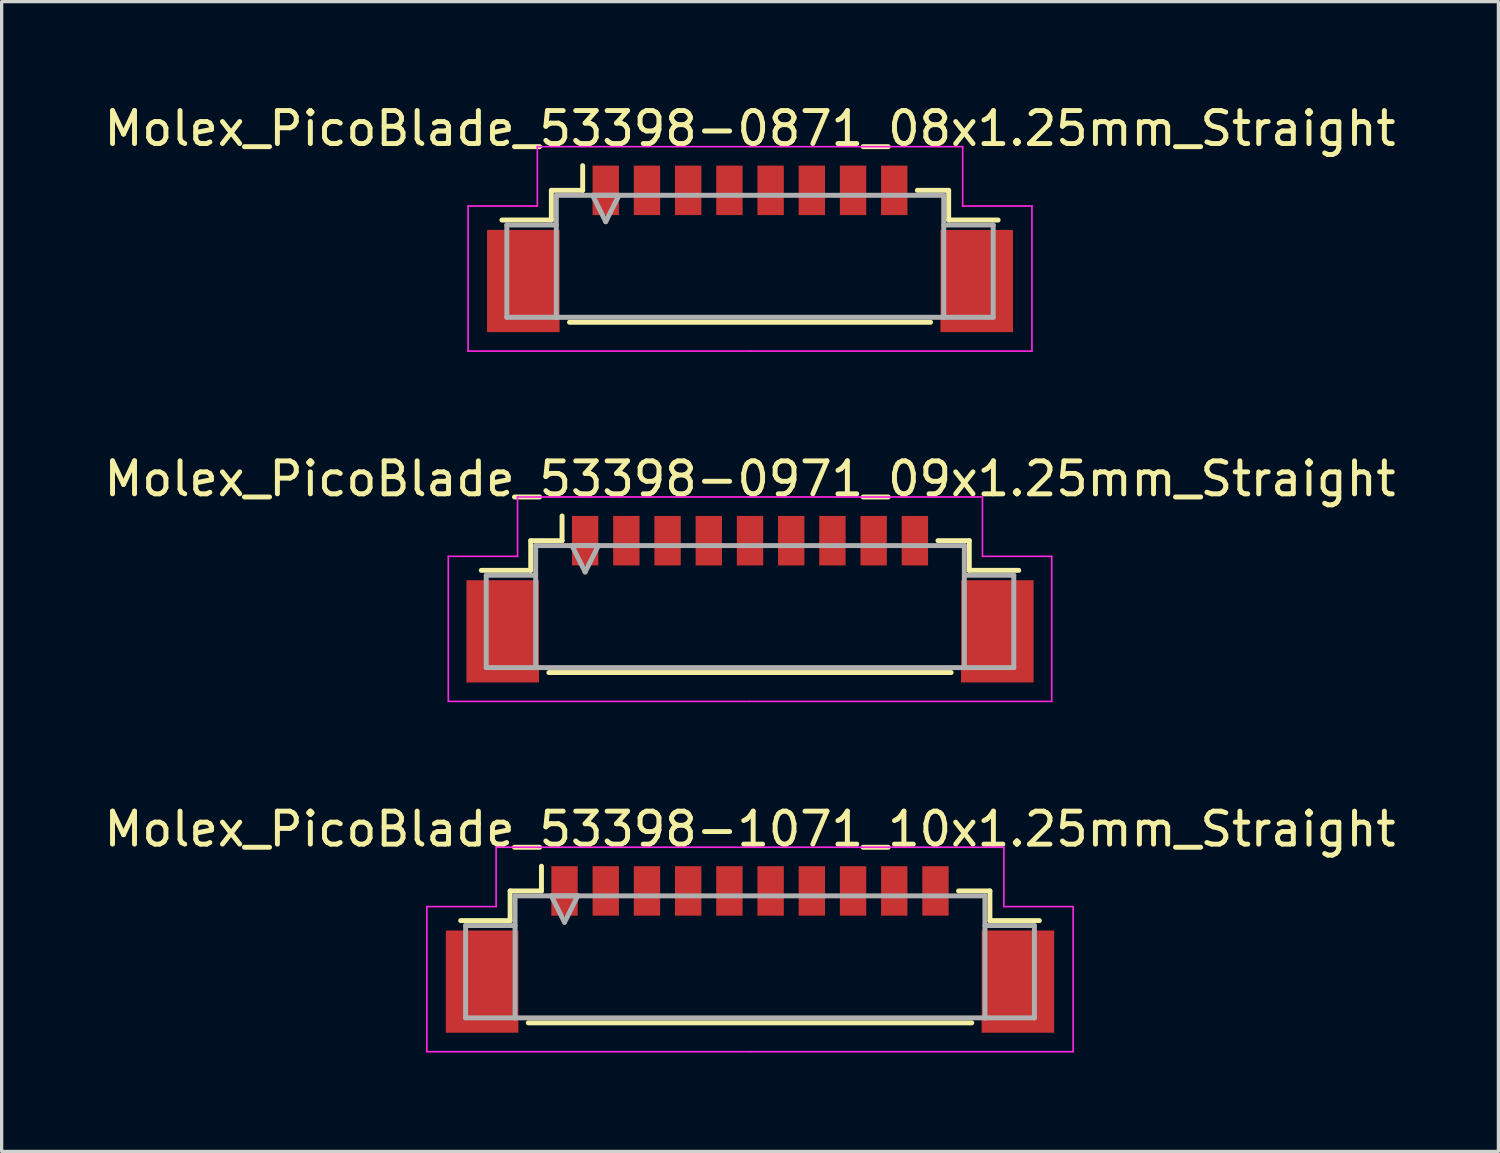
<source format=kicad_pcb>
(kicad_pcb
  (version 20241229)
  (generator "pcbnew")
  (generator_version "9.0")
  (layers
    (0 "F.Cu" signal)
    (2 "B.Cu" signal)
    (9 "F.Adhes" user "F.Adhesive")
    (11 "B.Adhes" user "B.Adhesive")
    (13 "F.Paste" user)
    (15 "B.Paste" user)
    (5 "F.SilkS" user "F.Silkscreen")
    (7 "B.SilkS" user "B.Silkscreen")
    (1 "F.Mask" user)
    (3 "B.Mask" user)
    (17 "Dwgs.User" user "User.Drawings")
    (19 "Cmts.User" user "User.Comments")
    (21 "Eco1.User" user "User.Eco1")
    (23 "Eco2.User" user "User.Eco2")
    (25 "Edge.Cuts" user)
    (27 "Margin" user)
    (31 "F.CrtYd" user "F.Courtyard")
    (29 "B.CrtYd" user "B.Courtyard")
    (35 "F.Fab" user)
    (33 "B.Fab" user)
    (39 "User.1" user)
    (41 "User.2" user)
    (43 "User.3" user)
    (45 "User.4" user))
  (footprint "Molex_PicoBlade_53398-0871_08x1.25mm_Straight"
    (layer "F.Cu")
    (at 19.696 4.098)
    (property "Reference" "Molex_PicoBlade_53398-0871_08x1.25mm_Straight" (at 0 -3.25 0) (layer "F.SilkS") (effects (font (size 1 1) (thickness 0.15))))
    (attr smd)
    (fp_line (start -6.025 -1.375) (end -6.025 -0.475) (stroke (width 0.15) (type solid)) (layer "F.SilkS"))
    (fp_line (start -6.025 -0.475) (end -7.525 -0.475) (stroke (width 0.15) (type solid)) (layer "F.SilkS"))
    (fp_line (start -5.475 2.625) (end 5.475 2.625) (stroke (width 0.15) (type solid)) (layer "F.SilkS"))
    (fp_line (start -5.075 -1.375) (end -6.025 -1.375) (stroke (width 0.15) (type solid)) (layer "F.SilkS"))
    (fp_line (start -5.075 -1.375) (end -5.075 -2.125) (stroke (width 0.15) (type solid)) (layer "F.SilkS"))
    (fp_line (start 5.075 -1.375) (end 6.025 -1.375) (stroke (width 0.15) (type solid)) (layer "F.SilkS"))
    (fp_line (start 6.025 -1.375) (end 6.025 -0.475) (stroke (width 0.15) (type solid)) (layer "F.SilkS"))
    (fp_line (start 6.025 -0.475) (end 7.525 -0.475) (stroke (width 0.15) (type solid)) (layer "F.SilkS"))
    (fp_line (start -8.55 -0.9) (end -8.55 3.5) (stroke (width 0.05) (type solid)) (layer "F.CrtYd"))
    (fp_line (start -8.55 3.5) (end 0 3.5) (stroke (width 0.05) (type solid)) (layer "F.CrtYd"))
    (fp_line (start -6.45 -2.7) (end -6.45 -0.9) (stroke (width 0.05) (type solid)) (layer "F.CrtYd"))
    (fp_line (start -6.45 -0.9) (end -8.55 -0.9) (stroke (width 0.05) (type solid)) (layer "F.CrtYd"))
    (fp_line (start 0 -2.7) (end -6.45 -2.7) (stroke (width 0.05) (type solid)) (layer "F.CrtYd"))
    (fp_line (start 0 -2.7) (end 6.45 -2.7) (stroke (width 0.05) (type solid)) (layer "F.CrtYd"))
    (fp_line (start 6.45 -2.7) (end 6.45 -0.9) (stroke (width 0.05) (type solid)) (layer "F.CrtYd"))
    (fp_line (start 6.45 -0.9) (end 8.55 -0.9) (stroke (width 0.05) (type solid)) (layer "F.CrtYd"))
    (fp_line (start 8.55 -0.9) (end 8.55 3.5) (stroke (width 0.05) (type solid)) (layer "F.CrtYd"))
    (fp_line (start 8.55 3.5) (end 0 3.5) (stroke (width 0.05) (type solid)) (layer "F.CrtYd"))
    (fp_line (start -7.375 -0.325) (end -5.875 -0.325) (stroke (width 0.15) (type solid)) (layer "F.Fab"))
    (fp_line (start -7.375 2.475) (end -7.375 -0.325) (stroke (width 0.15) (type solid)) (layer "F.Fab"))
    (fp_line (start -5.875 -1.225) (end -5.875 2.475) (stroke (width 0.15) (type solid)) (layer "F.Fab"))
    (fp_line (start -5.875 2.475) (end -7.375 2.475) (stroke (width 0.15) (type solid)) (layer "F.Fab"))
    (fp_line (start -5.875 2.475) (end 5.875 2.475) (stroke (width 0.15) (type solid)) (layer "F.Fab"))
    (fp_line (start -4.775 -1.225) (end -4.375 -0.425) (stroke (width 0.15) (type solid)) (layer "F.Fab"))
    (fp_line (start -4.375 -0.425) (end -3.975 -1.225) (stroke (width 0.15) (type solid)) (layer "F.Fab"))
    (fp_line (start -3.975 -1.225) (end -4.775 -1.225) (stroke (width 0.15) (type solid)) (layer "F.Fab"))
    (fp_line (start 5.875 -1.225) (end -5.875 -1.225) (stroke (width 0.15) (type solid)) (layer "F.Fab"))
    (fp_line (start 5.875 2.475) (end 5.875 -1.225) (stroke (width 0.15) (type solid)) (layer "F.Fab"))
    (fp_line (start 5.875 2.475) (end 7.375 2.475) (stroke (width 0.15) (type solid)) (layer "F.Fab"))
    (fp_line (start 7.375 -0.325) (end 5.875 -0.325) (stroke (width 0.15) (type solid)) (layer "F.Fab"))
    (fp_line (start 7.375 2.475) (end 7.375 -0.325) (stroke (width 0.15) (type solid)) (layer "F.Fab"))
    (pad "" smd rect (at -6.875 1.375) (size 2.2 3.1) (layers "F.Cu" "F.Mask" "F.Paste"))
    (pad "" smd rect (at 6.875 1.375) (size 2.2 3.1) (layers "F.Cu" "F.Mask" "F.Paste"))
    (pad "1" smd rect (at -4.375 -1.375) (size 0.8 1.5) (layers "F.Cu" "F.Mask" "F.Paste"))
    (pad "2" smd rect (at -3.125 -1.375) (size 0.8 1.5) (layers "F.Cu" "F.Mask" "F.Paste"))
    (pad "3" smd rect (at -1.875 -1.375) (size 0.8 1.5) (layers "F.Cu" "F.Mask" "F.Paste"))
    (pad "4" smd rect (at -0.625 -1.375) (size 0.8 1.5) (layers "F.Cu" "F.Mask" "F.Paste"))
    (pad "5" smd rect (at 0.625 -1.375) (size 0.8 1.5) (layers "F.Cu" "F.Mask" "F.Paste"))
    (pad "6" smd rect (at 1.875 -1.375) (size 0.8 1.5) (layers "F.Cu" "F.Mask" "F.Paste"))
    (pad "7" smd rect (at 3.125 -1.375) (size 0.8 1.5) (layers "F.Cu" "F.Mask" "F.Paste"))
    (pad "8" smd rect (at 4.375 -1.375) (size 0.8 1.5) (layers "F.Cu" "F.Mask" "F.Paste")))
  (footprint "Molex_PicoBlade_53398-0971_09x1.25mm_Straight"
    (layer "F.Cu")
    (at 19.696 14.722)
    (property "Reference" "Molex_PicoBlade_53398-0971_09x1.25mm_Straight" (at 0 -3.25 0) (layer "F.SilkS") (effects (font (size 1 1) (thickness 0.15))))
    (attr smd)
    (fp_line (start -6.65 -1.375) (end -6.65 -0.475) (stroke (width 0.15) (type solid)) (layer "F.SilkS"))
    (fp_line (start -6.65 -0.475) (end -8.15 -0.475) (stroke (width 0.15) (type solid)) (layer "F.SilkS"))
    (fp_line (start -6.1 2.625) (end 6.1 2.625) (stroke (width 0.15) (type solid)) (layer "F.SilkS"))
    (fp_line (start -5.7 -1.375) (end -6.65 -1.375) (stroke (width 0.15) (type solid)) (layer "F.SilkS"))
    (fp_line (start -5.7 -1.375) (end -5.7 -2.125) (stroke (width 0.15) (type solid)) (layer "F.SilkS"))
    (fp_line (start 5.7 -1.375) (end 6.65 -1.375) (stroke (width 0.15) (type solid)) (layer "F.SilkS"))
    (fp_line (start 6.65 -1.375) (end 6.65 -0.475) (stroke (width 0.15) (type solid)) (layer "F.SilkS"))
    (fp_line (start 6.65 -0.475) (end 8.15 -0.475) (stroke (width 0.15) (type solid)) (layer "F.SilkS"))
    (fp_line (start -9.15 -0.9) (end -9.15 3.5) (stroke (width 0.05) (type solid)) (layer "F.CrtYd"))
    (fp_line (start -9.15 3.5) (end 0 3.5) (stroke (width 0.05) (type solid)) (layer "F.CrtYd"))
    (fp_line (start -7.05 -2.7) (end -7.05 -0.9) (stroke (width 0.05) (type solid)) (layer "F.CrtYd"))
    (fp_line (start -7.05 -0.9) (end -9.15 -0.9) (stroke (width 0.05) (type solid)) (layer "F.CrtYd"))
    (fp_line (start 0 -2.7) (end -7.05 -2.7) (stroke (width 0.05) (type solid)) (layer "F.CrtYd"))
    (fp_line (start 0 -2.7) (end 7.05 -2.7) (stroke (width 0.05) (type solid)) (layer "F.CrtYd"))
    (fp_line (start 7.05 -2.7) (end 7.05 -0.9) (stroke (width 0.05) (type solid)) (layer "F.CrtYd"))
    (fp_line (start 7.05 -0.9) (end 9.15 -0.9) (stroke (width 0.05) (type solid)) (layer "F.CrtYd"))
    (fp_line (start 9.15 -0.9) (end 9.15 3.5) (stroke (width 0.05) (type solid)) (layer "F.CrtYd"))
    (fp_line (start 9.15 3.5) (end 0 3.5) (stroke (width 0.05) (type solid)) (layer "F.CrtYd"))
    (fp_line (start -8 -0.325) (end -6.5 -0.325) (stroke (width 0.15) (type solid)) (layer "F.Fab"))
    (fp_line (start -8 2.475) (end -8 -0.325) (stroke (width 0.15) (type solid)) (layer "F.Fab"))
    (fp_line (start -6.5 -1.225) (end -6.5 2.475) (stroke (width 0.15) (type solid)) (layer "F.Fab"))
    (fp_line (start -6.5 2.475) (end -8 2.475) (stroke (width 0.15) (type solid)) (layer "F.Fab"))
    (fp_line (start -6.5 2.475) (end 6.5 2.475) (stroke (width 0.15) (type solid)) (layer "F.Fab"))
    (fp_line (start -5.4 -1.225) (end -5 -0.425) (stroke (width 0.15) (type solid)) (layer "F.Fab"))
    (fp_line (start -5 -0.425) (end -4.6 -1.225) (stroke (width 0.15) (type solid)) (layer "F.Fab"))
    (fp_line (start -4.6 -1.225) (end -5.4 -1.225) (stroke (width 0.15) (type solid)) (layer "F.Fab"))
    (fp_line (start 6.5 -1.225) (end -6.5 -1.225) (stroke (width 0.15) (type solid)) (layer "F.Fab"))
    (fp_line (start 6.5 2.475) (end 6.5 -1.225) (stroke (width 0.15) (type solid)) (layer "F.Fab"))
    (fp_line (start 6.5 2.475) (end 8 2.475) (stroke (width 0.15) (type solid)) (layer "F.Fab"))
    (fp_line (start 8 -0.325) (end 6.5 -0.325) (stroke (width 0.15) (type solid)) (layer "F.Fab"))
    (fp_line (start 8 2.475) (end 8 -0.325) (stroke (width 0.15) (type solid)) (layer "F.Fab"))
    (pad "" smd rect (at -7.5 1.375) (size 2.2 3.1) (layers "F.Cu" "F.Mask" "F.Paste"))
    (pad "" smd rect (at 7.5 1.375) (size 2.2 3.1) (layers "F.Cu" "F.Mask" "F.Paste"))
    (pad "1" smd rect (at -5 -1.375) (size 0.8 1.5) (layers "F.Cu" "F.Mask" "F.Paste"))
    (pad "2" smd rect (at -3.75 -1.375) (size 0.8 1.5) (layers "F.Cu" "F.Mask" "F.Paste"))
    (pad "3" smd rect (at -2.5 -1.375) (size 0.8 1.5) (layers "F.Cu" "F.Mask" "F.Paste"))
    (pad "4" smd rect (at -1.25 -1.375) (size 0.8 1.5) (layers "F.Cu" "F.Mask" "F.Paste"))
    (pad "5" smd rect (at 0 -1.375) (size 0.8 1.5) (layers "F.Cu" "F.Mask" "F.Paste"))
    (pad "6" smd rect (at 1.25 -1.375) (size 0.8 1.5) (layers "F.Cu" "F.Mask" "F.Paste"))
    (pad "7" smd rect (at 2.5 -1.375) (size 0.8 1.5) (layers "F.Cu" "F.Mask" "F.Paste"))
    (pad "8" smd rect (at 3.75 -1.375) (size 0.8 1.5) (layers "F.Cu" "F.Mask" "F.Paste"))
    (pad "9" smd rect (at 5 -1.375) (size 0.8 1.5) (layers "F.Cu" "F.Mask" "F.Paste")))
  (footprint "Molex_PicoBlade_53398-1071_10x1.25mm_Straight"
    (layer "F.Cu")
    (at 19.696 25.345)
    (property "Reference" "Molex_PicoBlade_53398-1071_10x1.25mm_Straight" (at 0 -3.25 0) (layer "F.SilkS") (effects (font (size 1 1) (thickness 0.15))))
    (attr smd)
    (fp_line (start -7.275 -1.375) (end -7.275 -0.475) (stroke (width 0.15) (type solid)) (layer "F.SilkS"))
    (fp_line (start -7.275 -0.475) (end -8.775 -0.475) (stroke (width 0.15) (type solid)) (layer "F.SilkS"))
    (fp_line (start -6.725 2.625) (end 6.725 2.625) (stroke (width 0.15) (type solid)) (layer "F.SilkS"))
    (fp_line (start -6.325 -1.375) (end -7.275 -1.375) (stroke (width 0.15) (type solid)) (layer "F.SilkS"))
    (fp_line (start -6.325 -1.375) (end -6.325 -2.125) (stroke (width 0.15) (type solid)) (layer "F.SilkS"))
    (fp_line (start 6.325 -1.375) (end 7.275 -1.375) (stroke (width 0.15) (type solid)) (layer "F.SilkS"))
    (fp_line (start 7.275 -1.375) (end 7.275 -0.475) (stroke (width 0.15) (type solid)) (layer "F.SilkS"))
    (fp_line (start 7.275 -0.475) (end 8.775 -0.475) (stroke (width 0.15) (type solid)) (layer "F.SilkS"))
    (fp_line (start -9.8 -0.9) (end -9.8 3.5) (stroke (width 0.05) (type solid)) (layer "F.CrtYd"))
    (fp_line (start -9.8 3.5) (end 0 3.5) (stroke (width 0.05) (type solid)) (layer "F.CrtYd"))
    (fp_line (start -7.7 -2.7) (end -7.7 -0.9) (stroke (width 0.05) (type solid)) (layer "F.CrtYd"))
    (fp_line (start -7.7 -0.9) (end -9.8 -0.9) (stroke (width 0.05) (type solid)) (layer "F.CrtYd"))
    (fp_line (start 0 -2.7) (end -7.7 -2.7) (stroke (width 0.05) (type solid)) (layer "F.CrtYd"))
    (fp_line (start 0 -2.7) (end 7.7 -2.7) (stroke (width 0.05) (type solid)) (layer "F.CrtYd"))
    (fp_line (start 7.7 -2.7) (end 7.7 -0.9) (stroke (width 0.05) (type solid)) (layer "F.CrtYd"))
    (fp_line (start 7.7 -0.9) (end 9.8 -0.9) (stroke (width 0.05) (type solid)) (layer "F.CrtYd"))
    (fp_line (start 9.8 -0.9) (end 9.8 3.5) (stroke (width 0.05) (type solid)) (layer "F.CrtYd"))
    (fp_line (start 9.8 3.5) (end 0 3.5) (stroke (width 0.05) (type solid)) (layer "F.CrtYd"))
    (fp_line (start -8.625 -0.325) (end -7.125 -0.325) (stroke (width 0.15) (type solid)) (layer "F.Fab"))
    (fp_line (start -8.625 2.475) (end -8.625 -0.325) (stroke (width 0.15) (type solid)) (layer "F.Fab"))
    (fp_line (start -7.125 -1.225) (end -7.125 2.475) (stroke (width 0.15) (type solid)) (layer "F.Fab"))
    (fp_line (start -7.125 2.475) (end -8.625 2.475) (stroke (width 0.15) (type solid)) (layer "F.Fab"))
    (fp_line (start -7.125 2.475) (end 7.125 2.475) (stroke (width 0.15) (type solid)) (layer "F.Fab"))
    (fp_line (start -6.025 -1.225) (end -5.625 -0.425) (stroke (width 0.15) (type solid)) (layer "F.Fab"))
    (fp_line (start -5.625 -0.425) (end -5.225 -1.225) (stroke (width 0.15) (type solid)) (layer "F.Fab"))
    (fp_line (start -5.225 -1.225) (end -6.025 -1.225) (stroke (width 0.15) (type solid)) (layer "F.Fab"))
    (fp_line (start 7.125 -1.225) (end -7.125 -1.225) (stroke (width 0.15) (type solid)) (layer "F.Fab"))
    (fp_line (start 7.125 2.475) (end 7.125 -1.225) (stroke (width 0.15) (type solid)) (layer "F.Fab"))
    (fp_line (start 7.125 2.475) (end 8.625 2.475) (stroke (width 0.15) (type solid)) (layer "F.Fab"))
    (fp_line (start 8.625 -0.325) (end 7.125 -0.325) (stroke (width 0.15) (type solid)) (layer "F.Fab"))
    (fp_line (start 8.625 2.475) (end 8.625 -0.325) (stroke (width 0.15) (type solid)) (layer "F.Fab"))
    (pad "" smd rect (at -8.125 1.375) (size 2.2 3.1) (layers "F.Cu" "F.Mask" "F.Paste"))
    (pad "" smd rect (at 8.125 1.375) (size 2.2 3.1) (layers "F.Cu" "F.Mask" "F.Paste"))
    (pad "1" smd rect (at -5.625 -1.375) (size 0.8 1.5) (layers "F.Cu" "F.Mask" "F.Paste"))
    (pad "2" smd rect (at -4.375 -1.375) (size 0.8 1.5) (layers "F.Cu" "F.Mask" "F.Paste"))
    (pad "3" smd rect (at -3.125 -1.375) (size 0.8 1.5) (layers "F.Cu" "F.Mask" "F.Paste"))
    (pad "4" smd rect (at -1.875 -1.375) (size 0.8 1.5) (layers "F.Cu" "F.Mask" "F.Paste"))
    (pad "5" smd rect (at -0.625 -1.375) (size 0.8 1.5) (layers "F.Cu" "F.Mask" "F.Paste"))
    (pad "6" smd rect (at 0.625 -1.375) (size 0.8 1.5) (layers "F.Cu" "F.Mask" "F.Paste"))
    (pad "7" smd rect (at 1.875 -1.375) (size 0.8 1.5) (layers "F.Cu" "F.Mask" "F.Paste"))
    (pad "8" smd rect (at 3.125 -1.375) (size 0.8 1.5) (layers "F.Cu" "F.Mask" "F.Paste"))
    (pad "9" smd rect (at 4.375 -1.375) (size 0.8 1.5) (layers "F.Cu" "F.Mask" "F.Paste"))
    (pad "10" smd rect (at 5.625 -1.375) (size 0.8 1.5) (layers "F.Cu" "F.Mask" "F.Paste")))
  (gr_rect
    (start -3 -3)
    (end 42.393 31.87)
    (stroke (width 0.1) (type default))
    (fill no)
    (layer "Edge.Cuts")))
</source>
